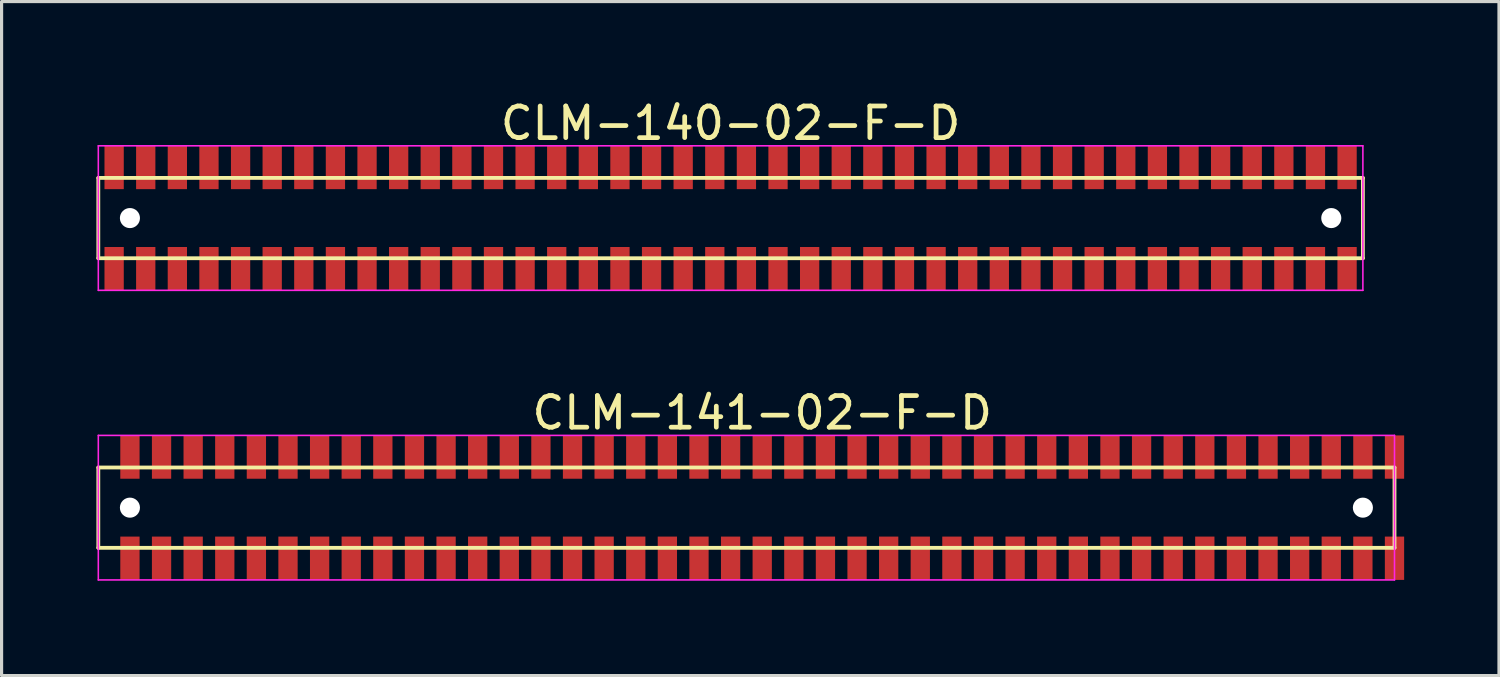
<source format=kicad_pcb>
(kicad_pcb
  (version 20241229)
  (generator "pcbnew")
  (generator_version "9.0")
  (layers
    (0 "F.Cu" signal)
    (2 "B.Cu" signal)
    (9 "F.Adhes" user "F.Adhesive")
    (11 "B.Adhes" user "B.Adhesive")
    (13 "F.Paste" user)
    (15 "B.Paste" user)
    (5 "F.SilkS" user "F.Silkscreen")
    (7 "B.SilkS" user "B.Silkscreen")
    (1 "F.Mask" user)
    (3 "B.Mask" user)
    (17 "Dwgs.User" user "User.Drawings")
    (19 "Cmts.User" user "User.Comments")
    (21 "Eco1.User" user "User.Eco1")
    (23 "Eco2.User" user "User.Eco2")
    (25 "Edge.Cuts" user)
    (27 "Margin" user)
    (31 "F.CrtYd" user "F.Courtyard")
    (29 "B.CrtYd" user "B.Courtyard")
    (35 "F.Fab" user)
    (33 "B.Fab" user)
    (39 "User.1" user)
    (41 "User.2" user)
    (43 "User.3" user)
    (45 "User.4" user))
  (footprint "CLM-140-02-F-D"
    (layer "F.Cu")
    (at 20.06 3.848)
    (property "Reference" "CLM-140-02-F-D" (at 0 -3 0) (layer "F.SilkS") (effects (font (size 1 1) (thickness 0.15))))
    (attr through_hole)
    (fp_line (start -20 -1.27) (end -20 1.27) (stroke (width 0.12) (type solid)) (layer "F.SilkS"))
    (fp_line (start -20 1.27) (end 20 1.27) (stroke (width 0.12) (type solid)) (layer "F.SilkS"))
    (fp_line (start 20 -1.27) (end -20 -1.27) (stroke (width 0.12) (type solid)) (layer "F.SilkS"))
    (fp_line (start 20 1.27) (end 20 -1.27) (stroke (width 0.12) (type solid)) (layer "F.SilkS"))
    (fp_line (start -20 -2.286) (end -20 2.286) (stroke (width 0.05) (type solid)) (layer "F.CrtYd"))
    (fp_line (start -20 2.286) (end 20 2.286) (stroke (width 0.05) (type solid)) (layer "F.CrtYd"))
    (fp_line (start 20 -2.286) (end -20 -2.286) (stroke (width 0.05) (type solid)) (layer "F.CrtYd"))
    (fp_line (start 20 2.286) (end 20 -2.286) (stroke (width 0.05) (type solid)) (layer "F.CrtYd"))
    (pad "" np_thru_hole circle (at -19 0) (size 0.635 0.635) (drill 0.635) (layers "*.Cu" "*.Mask"))
    (pad "" np_thru_hole circle (at 19 0) (size 0.635 0.635) (drill 0.635) (layers "*.Cu" "*.Mask"))
    (pad "1" smd rect (at -19.5 -1.6) (size 0.61 1.37) (layers "F.Cu" "F.Mask" "F.Paste"))
    (pad "2" smd rect (at -19.5 1.6) (size 0.61 1.37) (layers "F.Cu" "F.Mask" "F.Paste"))
    (pad "3" smd rect (at -18.5 -1.6) (size 0.61 1.37) (layers "F.Cu" "F.Mask" "F.Paste"))
    (pad "4" smd rect (at -18.5 1.6) (size 0.61 1.37) (layers "F.Cu" "F.Mask" "F.Paste"))
    (pad "5" smd rect (at -17.5 -1.6) (size 0.61 1.37) (layers "F.Cu" "F.Mask" "F.Paste"))
    (pad "6" smd rect (at -17.5 1.6) (size 0.61 1.37) (layers "F.Cu" "F.Mask" "F.Paste"))
    (pad "7" smd rect (at -16.5 -1.6) (size 0.61 1.37) (layers "F.Cu" "F.Mask" "F.Paste"))
    (pad "8" smd rect (at -16.5 1.6) (size 0.61 1.37) (layers "F.Cu" "F.Mask" "F.Paste"))
    (pad "9" smd rect (at -15.5 -1.6) (size 0.61 1.37) (layers "F.Cu" "F.Mask" "F.Paste"))
    (pad "10" smd rect (at -15.5 1.6) (size 0.61 1.37) (layers "F.Cu" "F.Mask" "F.Paste"))
    (pad "11" smd rect (at -14.5 -1.6) (size 0.61 1.37) (layers "F.Cu" "F.Mask" "F.Paste"))
    (pad "12" smd rect (at -14.5 1.6) (size 0.61 1.37) (layers "F.Cu" "F.Mask" "F.Paste"))
    (pad "13" smd rect (at -13.5 -1.6) (size 0.61 1.37) (layers "F.Cu" "F.Mask" "F.Paste"))
    (pad "14" smd rect (at -13.5 1.6) (size 0.61 1.37) (layers "F.Cu" "F.Mask" "F.Paste"))
    (pad "15" smd rect (at -12.5 -1.6) (size 0.61 1.37) (layers "F.Cu" "F.Mask" "F.Paste"))
    (pad "16" smd rect (at -12.5 1.6) (size 0.61 1.37) (layers "F.Cu" "F.Mask" "F.Paste"))
    (pad "17" smd rect (at -11.5 -1.6) (size 0.61 1.37) (layers "F.Cu" "F.Mask" "F.Paste"))
    (pad "18" smd rect (at -11.5 1.6) (size 0.61 1.37) (layers "F.Cu" "F.Mask" "F.Paste"))
    (pad "19" smd rect (at -10.5 -1.6) (size 0.61 1.37) (layers "F.Cu" "F.Mask" "F.Paste"))
    (pad "20" smd rect (at -10.5 1.6) (size 0.61 1.37) (layers "F.Cu" "F.Mask" "F.Paste"))
    (pad "21" smd rect (at -9.5 -1.6) (size 0.61 1.37) (layers "F.Cu" "F.Mask" "F.Paste"))
    (pad "22" smd rect (at -9.5 1.6) (size 0.61 1.37) (layers "F.Cu" "F.Mask" "F.Paste"))
    (pad "23" smd rect (at -8.5 -1.6) (size 0.61 1.37) (layers "F.Cu" "F.Mask" "F.Paste"))
    (pad "24" smd rect (at -8.5 1.6) (size 0.61 1.37) (layers "F.Cu" "F.Mask" "F.Paste"))
    (pad "25" smd rect (at -7.5 -1.6) (size 0.61 1.37) (layers "F.Cu" "F.Mask" "F.Paste"))
    (pad "26" smd rect (at -7.5 1.6) (size 0.61 1.37) (layers "F.Cu" "F.Mask" "F.Paste"))
    (pad "27" smd rect (at -6.5 -1.6) (size 0.61 1.37) (layers "F.Cu" "F.Mask" "F.Paste"))
    (pad "28" smd rect (at -6.5 1.6) (size 0.61 1.37) (layers "F.Cu" "F.Mask" "F.Paste"))
    (pad "29" smd rect (at -5.5 -1.6) (size 0.61 1.37) (layers "F.Cu" "F.Mask" "F.Paste"))
    (pad "30" smd rect (at -5.5 1.6) (size 0.61 1.37) (layers "F.Cu" "F.Mask" "F.Paste"))
    (pad "31" smd rect (at -4.5 -1.6) (size 0.61 1.37) (layers "F.Cu" "F.Mask" "F.Paste"))
    (pad "32" smd rect (at -4.5 1.6) (size 0.61 1.37) (layers "F.Cu" "F.Mask" "F.Paste"))
    (pad "33" smd rect (at -3.5 -1.6) (size 0.61 1.37) (layers "F.Cu" "F.Mask" "F.Paste"))
    (pad "34" smd rect (at -3.5 1.6) (size 0.61 1.37) (layers "F.Cu" "F.Mask" "F.Paste"))
    (pad "35" smd rect (at -2.5 -1.6) (size 0.61 1.37) (layers "F.Cu" "F.Mask" "F.Paste"))
    (pad "36" smd rect (at -2.5 1.6) (size 0.61 1.37) (layers "F.Cu" "F.Mask" "F.Paste"))
    (pad "37" smd rect (at -1.5 -1.6) (size 0.61 1.37) (layers "F.Cu" "F.Mask" "F.Paste"))
    (pad "38" smd rect (at -1.5 1.6) (size 0.61 1.37) (layers "F.Cu" "F.Mask" "F.Paste"))
    (pad "39" smd rect (at -0.5 -1.6) (size 0.61 1.37) (layers "F.Cu" "F.Mask" "F.Paste"))
    (pad "40" smd rect (at -0.5 1.6) (size 0.61 1.37) (layers "F.Cu" "F.Mask" "F.Paste"))
    (pad "41" smd rect (at 0.5 -1.6) (size 0.61 1.37) (layers "F.Cu" "F.Mask" "F.Paste"))
    (pad "42" smd rect (at 0.5 1.6) (size 0.61 1.37) (layers "F.Cu" "F.Mask" "F.Paste"))
    (pad "43" smd rect (at 1.5 -1.6) (size 0.61 1.37) (layers "F.Cu" "F.Mask" "F.Paste"))
    (pad "44" smd rect (at 1.5 1.6) (size 0.61 1.37) (layers "F.Cu" "F.Mask" "F.Paste"))
    (pad "45" smd rect (at 2.5 -1.6) (size 0.61 1.37) (layers "F.Cu" "F.Mask" "F.Paste"))
    (pad "46" smd rect (at 2.5 1.6) (size 0.61 1.37) (layers "F.Cu" "F.Mask" "F.Paste"))
    (pad "47" smd rect (at 3.5 -1.6) (size 0.61 1.37) (layers "F.Cu" "F.Mask" "F.Paste"))
    (pad "48" smd rect (at 3.5 1.6) (size 0.61 1.37) (layers "F.Cu" "F.Mask" "F.Paste"))
    (pad "49" smd rect (at 4.5 -1.6) (size 0.61 1.37) (layers "F.Cu" "F.Mask" "F.Paste"))
    (pad "50" smd rect (at 4.5 1.6) (size 0.61 1.37) (layers "F.Cu" "F.Mask" "F.Paste"))
    (pad "51" smd rect (at 5.5 -1.6) (size 0.61 1.37) (layers "F.Cu" "F.Mask" "F.Paste"))
    (pad "52" smd rect (at 5.5 1.6) (size 0.61 1.37) (layers "F.Cu" "F.Mask" "F.Paste"))
    (pad "53" smd rect (at 6.5 -1.6) (size 0.61 1.37) (layers "F.Cu" "F.Mask" "F.Paste"))
    (pad "54" smd rect (at 6.5 1.6) (size 0.61 1.37) (layers "F.Cu" "F.Mask" "F.Paste"))
    (pad "55" smd rect (at 7.5 -1.6) (size 0.61 1.37) (layers "F.Cu" "F.Mask" "F.Paste"))
    (pad "56" smd rect (at 7.5 1.6) (size 0.61 1.37) (layers "F.Cu" "F.Mask" "F.Paste"))
    (pad "57" smd rect (at 8.5 -1.6) (size 0.61 1.37) (layers "F.Cu" "F.Mask" "F.Paste"))
    (pad "58" smd rect (at 8.5 1.6) (size 0.61 1.37) (layers "F.Cu" "F.Mask" "F.Paste"))
    (pad "59" smd rect (at 9.5 -1.6) (size 0.61 1.37) (layers "F.Cu" "F.Mask" "F.Paste"))
    (pad "60" smd rect (at 9.5 1.6) (size 0.61 1.37) (layers "F.Cu" "F.Mask" "F.Paste"))
    (pad "61" smd rect (at 10.5 -1.6) (size 0.61 1.37) (layers "F.Cu" "F.Mask" "F.Paste"))
    (pad "62" smd rect (at 10.5 1.6) (size 0.61 1.37) (layers "F.Cu" "F.Mask" "F.Paste"))
    (pad "63" smd rect (at 11.5 -1.6) (size 0.61 1.37) (layers "F.Cu" "F.Mask" "F.Paste"))
    (pad "64" smd rect (at 11.5 1.6) (size 0.61 1.37) (layers "F.Cu" "F.Mask" "F.Paste"))
    (pad "65" smd rect (at 12.5 -1.6) (size 0.61 1.37) (layers "F.Cu" "F.Mask" "F.Paste"))
    (pad "66" smd rect (at 12.5 1.6) (size 0.61 1.37) (layers "F.Cu" "F.Mask" "F.Paste"))
    (pad "67" smd rect (at 13.5 -1.6) (size 0.61 1.37) (layers "F.Cu" "F.Mask" "F.Paste"))
    (pad "68" smd rect (at 13.5 1.6) (size 0.61 1.37) (layers "F.Cu" "F.Mask" "F.Paste"))
    (pad "69" smd rect (at 14.5 -1.6) (size 0.61 1.37) (layers "F.Cu" "F.Mask" "F.Paste"))
    (pad "70" smd rect (at 14.5 1.6) (size 0.61 1.37) (layers "F.Cu" "F.Mask" "F.Paste"))
    (pad "71" smd rect (at 15.5 -1.6) (size 0.61 1.37) (layers "F.Cu" "F.Mask" "F.Paste"))
    (pad "72" smd rect (at 15.5 1.6) (size 0.61 1.37) (layers "F.Cu" "F.Mask" "F.Paste"))
    (pad "73" smd rect (at 16.5 -1.6) (size 0.61 1.37) (layers "F.Cu" "F.Mask" "F.Paste"))
    (pad "74" smd rect (at 16.5 1.6) (size 0.61 1.37) (layers "F.Cu" "F.Mask" "F.Paste"))
    (pad "75" smd rect (at 17.5 -1.6) (size 0.61 1.37) (layers "F.Cu" "F.Mask" "F.Paste"))
    (pad "76" smd rect (at 17.5 1.6) (size 0.61 1.37) (layers "F.Cu" "F.Mask" "F.Paste"))
    (pad "77" smd rect (at 18.5 -1.6) (size 0.61 1.37) (layers "F.Cu" "F.Mask" "F.Paste"))
    (pad "78" smd rect (at 18.5 1.6) (size 0.61 1.37) (layers "F.Cu" "F.Mask" "F.Paste"))
    (pad "79" smd rect (at 19.5 -1.6) (size 0.61 1.37) (layers "F.Cu" "F.Mask" "F.Paste"))
    (pad "80" smd rect (at 19.5 1.6) (size 0.61 1.37) (layers "F.Cu" "F.Mask" "F.Paste")))
  (footprint "CLM-141-02-F-D"
    (layer "F.Cu")
    (at 21.06 13.008)
    (property "Reference" "CLM-141-02-F-D" (at 0 -3 0) (layer "F.SilkS") (effects (font (size 1 1) (thickness 0.15))))
    (attr through_hole)
    (fp_line (start -21 -1.27) (end -21 1.27) (stroke (width 0.12) (type solid)) (layer "F.SilkS"))
    (fp_line (start -21 1.27) (end 20 1.27) (stroke (width 0.12) (type solid)) (layer "F.SilkS"))
    (fp_line (start 20 -1.27) (end -21 -1.27) (stroke (width 0.12) (type solid)) (layer "F.SilkS"))
    (fp_line (start 20 1.27) (end 20 -1.27) (stroke (width 0.12) (type solid)) (layer "F.SilkS"))
    (fp_line (start -21 -2.286) (end -21 2.286) (stroke (width 0.05) (type solid)) (layer "F.CrtYd"))
    (fp_line (start -21 2.286) (end 20 2.286) (stroke (width 0.05) (type solid)) (layer "F.CrtYd"))
    (fp_line (start 20 -2.286) (end -21 -2.286) (stroke (width 0.05) (type solid)) (layer "F.CrtYd"))
    (fp_line (start 20 2.286) (end 20 -2.286) (stroke (width 0.05) (type solid)) (layer "F.CrtYd"))
    (pad "" np_thru_hole circle (at -20 0) (size 0.635 0.635) (drill 0.635) (layers "*.Cu" "*.Mask"))
    (pad "" np_thru_hole circle (at 19 0) (size 0.635 0.635) (drill 0.635) (layers "*.Cu" "*.Mask"))
    (pad "1" smd rect (at -20 -1.6) (size 0.61 1.37) (layers "F.Cu" "F.Mask" "F.Paste"))
    (pad "2" smd rect (at -20 1.6) (size 0.61 1.37) (layers "F.Cu" "F.Mask" "F.Paste"))
    (pad "3" smd rect (at -19 -1.6) (size 0.61 1.37) (layers "F.Cu" "F.Mask" "F.Paste"))
    (pad "4" smd rect (at -19 1.6) (size 0.61 1.37) (layers "F.Cu" "F.Mask" "F.Paste"))
    (pad "5" smd rect (at -18 -1.6) (size 0.61 1.37) (layers "F.Cu" "F.Mask" "F.Paste"))
    (pad "6" smd rect (at -18 1.6) (size 0.61 1.37) (layers "F.Cu" "F.Mask" "F.Paste"))
    (pad "7" smd rect (at -17 -1.6) (size 0.61 1.37) (layers "F.Cu" "F.Mask" "F.Paste"))
    (pad "8" smd rect (at -17 1.6) (size 0.61 1.37) (layers "F.Cu" "F.Mask" "F.Paste"))
    (pad "9" smd rect (at -16 -1.6) (size 0.61 1.37) (layers "F.Cu" "F.Mask" "F.Paste"))
    (pad "10" smd rect (at -16 1.6) (size 0.61 1.37) (layers "F.Cu" "F.Mask" "F.Paste"))
    (pad "11" smd rect (at -15 -1.6) (size 0.61 1.37) (layers "F.Cu" "F.Mask" "F.Paste"))
    (pad "12" smd rect (at -15 1.6) (size 0.61 1.37) (layers "F.Cu" "F.Mask" "F.Paste"))
    (pad "13" smd rect (at -14 -1.6) (size 0.61 1.37) (layers "F.Cu" "F.Mask" "F.Paste"))
    (pad "14" smd rect (at -14 1.6) (size 0.61 1.37) (layers "F.Cu" "F.Mask" "F.Paste"))
    (pad "15" smd rect (at -13 -1.6) (size 0.61 1.37) (layers "F.Cu" "F.Mask" "F.Paste"))
    (pad "16" smd rect (at -13 1.6) (size 0.61 1.37) (layers "F.Cu" "F.Mask" "F.Paste"))
    (pad "17" smd rect (at -12 -1.6) (size 0.61 1.37) (layers "F.Cu" "F.Mask" "F.Paste"))
    (pad "18" smd rect (at -12 1.6) (size 0.61 1.37) (layers "F.Cu" "F.Mask" "F.Paste"))
    (pad "19" smd rect (at -11 -1.6) (size 0.61 1.37) (layers "F.Cu" "F.Mask" "F.Paste"))
    (pad "20" smd rect (at -11 1.6) (size 0.61 1.37) (layers "F.Cu" "F.Mask" "F.Paste"))
    (pad "21" smd rect (at -10 -1.6) (size 0.61 1.37) (layers "F.Cu" "F.Mask" "F.Paste"))
    (pad "22" smd rect (at -10 1.6) (size 0.61 1.37) (layers "F.Cu" "F.Mask" "F.Paste"))
    (pad "23" smd rect (at -9 -1.6) (size 0.61 1.37) (layers "F.Cu" "F.Mask" "F.Paste"))
    (pad "24" smd rect (at -9 1.6) (size 0.61 1.37) (layers "F.Cu" "F.Mask" "F.Paste"))
    (pad "25" smd rect (at -8 -1.6) (size 0.61 1.37) (layers "F.Cu" "F.Mask" "F.Paste"))
    (pad "26" smd rect (at -8 1.6) (size 0.61 1.37) (layers "F.Cu" "F.Mask" "F.Paste"))
    (pad "27" smd rect (at -7 -1.6) (size 0.61 1.37) (layers "F.Cu" "F.Mask" "F.Paste"))
    (pad "28" smd rect (at -7 1.6) (size 0.61 1.37) (layers "F.Cu" "F.Mask" "F.Paste"))
    (pad "29" smd rect (at -6 -1.6) (size 0.61 1.37) (layers "F.Cu" "F.Mask" "F.Paste"))
    (pad "30" smd rect (at -6 1.6) (size 0.61 1.37) (layers "F.Cu" "F.Mask" "F.Paste"))
    (pad "31" smd rect (at -5 -1.6) (size 0.61 1.37) (layers "F.Cu" "F.Mask" "F.Paste"))
    (pad "32" smd rect (at -5 1.6) (size 0.61 1.37) (layers "F.Cu" "F.Mask" "F.Paste"))
    (pad "33" smd rect (at -4 -1.6) (size 0.61 1.37) (layers "F.Cu" "F.Mask" "F.Paste"))
    (pad "34" smd rect (at -4 1.6) (size 0.61 1.37) (layers "F.Cu" "F.Mask" "F.Paste"))
    (pad "35" smd rect (at -3 -1.6) (size 0.61 1.37) (layers "F.Cu" "F.Mask" "F.Paste"))
    (pad "36" smd rect (at -3 1.6) (size 0.61 1.37) (layers "F.Cu" "F.Mask" "F.Paste"))
    (pad "37" smd rect (at -2 -1.6) (size 0.61 1.37) (layers "F.Cu" "F.Mask" "F.Paste"))
    (pad "38" smd rect (at -2 1.6) (size 0.61 1.37) (layers "F.Cu" "F.Mask" "F.Paste"))
    (pad "39" smd rect (at -1 -1.6) (size 0.61 1.37) (layers "F.Cu" "F.Mask" "F.Paste"))
    (pad "40" smd rect (at -1 1.6) (size 0.61 1.37) (layers "F.Cu" "F.Mask" "F.Paste"))
    (pad "41" smd rect (at 0 -1.6) (size 0.61 1.37) (layers "F.Cu" "F.Mask" "F.Paste"))
    (pad "42" smd rect (at 0 1.6) (size 0.61 1.37) (layers "F.Cu" "F.Mask" "F.Paste"))
    (pad "43" smd rect (at 1 -1.6) (size 0.61 1.37) (layers "F.Cu" "F.Mask" "F.Paste"))
    (pad "44" smd rect (at 1 1.6) (size 0.61 1.37) (layers "F.Cu" "F.Mask" "F.Paste"))
    (pad "45" smd rect (at 2 -1.6) (size 0.61 1.37) (layers "F.Cu" "F.Mask" "F.Paste"))
    (pad "46" smd rect (at 2 1.6) (size 0.61 1.37) (layers "F.Cu" "F.Mask" "F.Paste"))
    (pad "47" smd rect (at 3 -1.6) (size 0.61 1.37) (layers "F.Cu" "F.Mask" "F.Paste"))
    (pad "48" smd rect (at 3 1.6) (size 0.61 1.37) (layers "F.Cu" "F.Mask" "F.Paste"))
    (pad "49" smd rect (at 4 -1.6) (size 0.61 1.37) (layers "F.Cu" "F.Mask" "F.Paste"))
    (pad "50" smd rect (at 4 1.6) (size 0.61 1.37) (layers "F.Cu" "F.Mask" "F.Paste"))
    (pad "51" smd rect (at 5 -1.6) (size 0.61 1.37) (layers "F.Cu" "F.Mask" "F.Paste"))
    (pad "52" smd rect (at 5 1.6) (size 0.61 1.37) (layers "F.Cu" "F.Mask" "F.Paste"))
    (pad "53" smd rect (at 6 -1.6) (size 0.61 1.37) (layers "F.Cu" "F.Mask" "F.Paste"))
    (pad "54" smd rect (at 6 1.6) (size 0.61 1.37) (layers "F.Cu" "F.Mask" "F.Paste"))
    (pad "55" smd rect (at 7 -1.6) (size 0.61 1.37) (layers "F.Cu" "F.Mask" "F.Paste"))
    (pad "56" smd rect (at 7 1.6) (size 0.61 1.37) (layers "F.Cu" "F.Mask" "F.Paste"))
    (pad "57" smd rect (at 8 -1.6) (size 0.61 1.37) (layers "F.Cu" "F.Mask" "F.Paste"))
    (pad "58" smd rect (at 8 1.6) (size 0.61 1.37) (layers "F.Cu" "F.Mask" "F.Paste"))
    (pad "59" smd rect (at 9 -1.6) (size 0.61 1.37) (layers "F.Cu" "F.Mask" "F.Paste"))
    (pad "60" smd rect (at 9 1.6) (size 0.61 1.37) (layers "F.Cu" "F.Mask" "F.Paste"))
    (pad "61" smd rect (at 10 -1.6) (size 0.61 1.37) (layers "F.Cu" "F.Mask" "F.Paste"))
    (pad "62" smd rect (at 10 1.6) (size 0.61 1.37) (layers "F.Cu" "F.Mask" "F.Paste"))
    (pad "63" smd rect (at 11 -1.6) (size 0.61 1.37) (layers "F.Cu" "F.Mask" "F.Paste"))
    (pad "64" smd rect (at 11 1.6) (size 0.61 1.37) (layers "F.Cu" "F.Mask" "F.Paste"))
    (pad "65" smd rect (at 12 -1.6) (size 0.61 1.37) (layers "F.Cu" "F.Mask" "F.Paste"))
    (pad "66" smd rect (at 12 1.6) (size 0.61 1.37) (layers "F.Cu" "F.Mask" "F.Paste"))
    (pad "67" smd rect (at 13 -1.6) (size 0.61 1.37) (layers "F.Cu" "F.Mask" "F.Paste"))
    (pad "68" smd rect (at 13 1.6) (size 0.61 1.37) (layers "F.Cu" "F.Mask" "F.Paste"))
    (pad "69" smd rect (at 14 -1.6) (size 0.61 1.37) (layers "F.Cu" "F.Mask" "F.Paste"))
    (pad "70" smd rect (at 14 1.6) (size 0.61 1.37) (layers "F.Cu" "F.Mask" "F.Paste"))
    (pad "71" smd rect (at 15 -1.6) (size 0.61 1.37) (layers "F.Cu" "F.Mask" "F.Paste"))
    (pad "72" smd rect (at 15 1.6) (size 0.61 1.37) (layers "F.Cu" "F.Mask" "F.Paste"))
    (pad "73" smd rect (at 16 -1.6) (size 0.61 1.37) (layers "F.Cu" "F.Mask" "F.Paste"))
    (pad "74" smd rect (at 16 1.6) (size 0.61 1.37) (layers "F.Cu" "F.Mask" "F.Paste"))
    (pad "75" smd rect (at 17 -1.6) (size 0.61 1.37) (layers "F.Cu" "F.Mask" "F.Paste"))
    (pad "76" smd rect (at 17 1.6) (size 0.61 1.37) (layers "F.Cu" "F.Mask" "F.Paste"))
    (pad "77" smd rect (at 18 -1.6) (size 0.61 1.37) (layers "F.Cu" "F.Mask" "F.Paste"))
    (pad "78" smd rect (at 18 1.6) (size 0.61 1.37) (layers "F.Cu" "F.Mask" "F.Paste"))
    (pad "79" smd rect (at 19 -1.6) (size 0.61 1.37) (layers "F.Cu" "F.Mask" "F.Paste"))
    (pad "80" smd rect (at 19 1.6) (size 0.61 1.37) (layers "F.Cu" "F.Mask" "F.Paste"))
    (pad "81" smd rect (at 20 -1.6) (size 0.61 1.37) (layers "F.Cu" "F.Mask" "F.Paste"))
    (pad "82" smd rect (at 20 1.6) (size 0.61 1.37) (layers "F.Cu" "F.Mask" "F.Paste")))
  (gr_rect
    (start -3 -3)
    (end 44.365 18.319)
    (stroke (width 0.1) (type default))
    (fill no)
    (layer "Edge.Cuts")))
</source>
